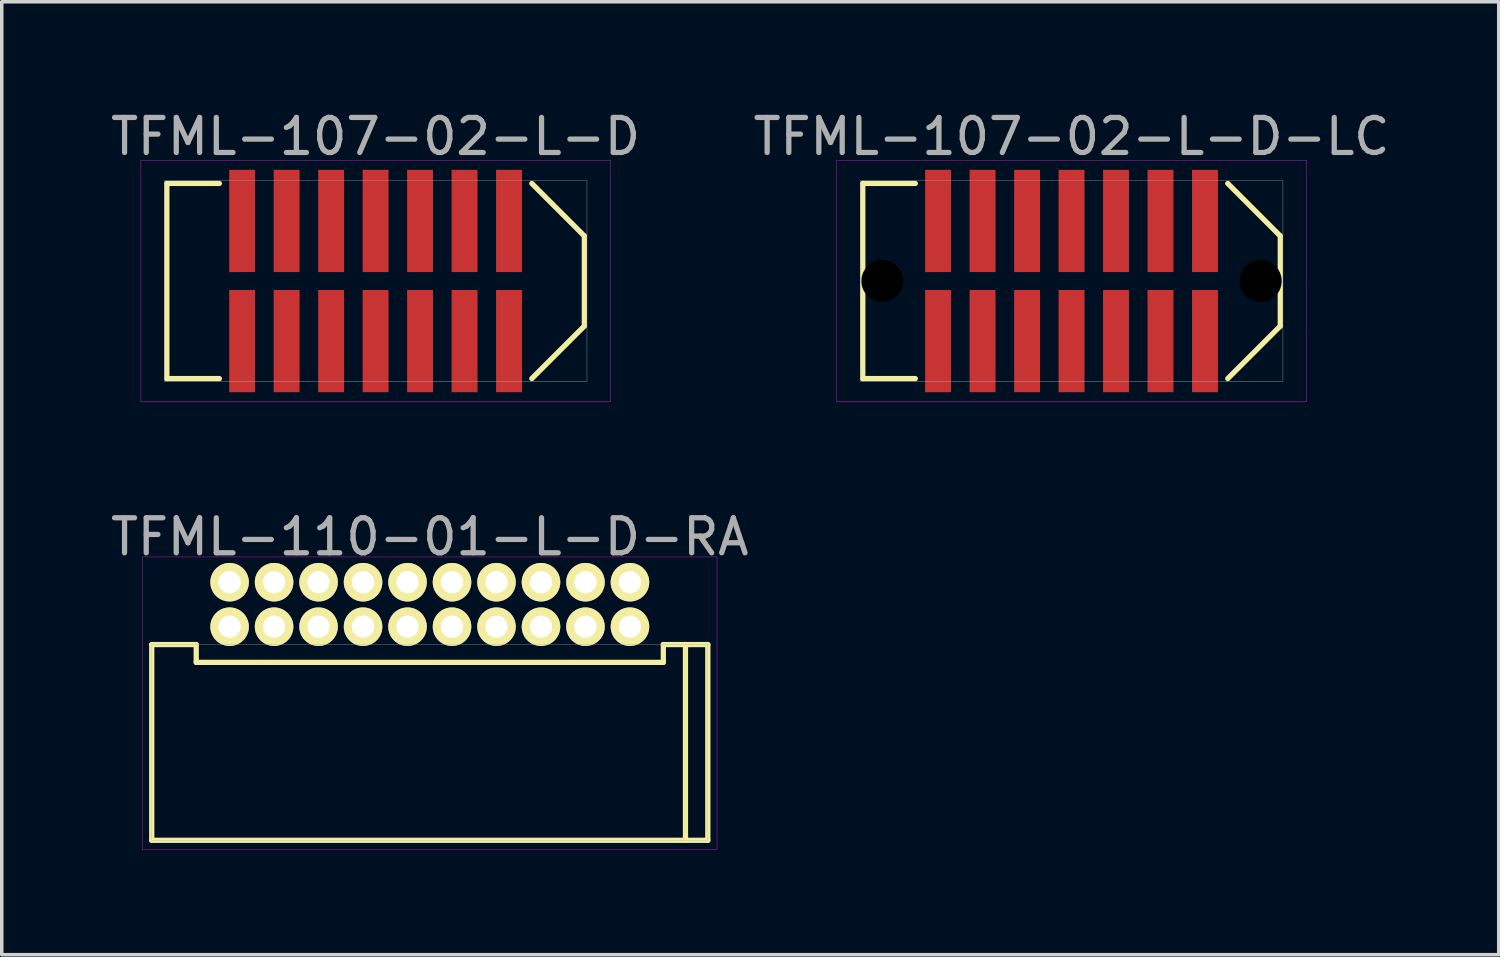
<source format=kicad_pcb>
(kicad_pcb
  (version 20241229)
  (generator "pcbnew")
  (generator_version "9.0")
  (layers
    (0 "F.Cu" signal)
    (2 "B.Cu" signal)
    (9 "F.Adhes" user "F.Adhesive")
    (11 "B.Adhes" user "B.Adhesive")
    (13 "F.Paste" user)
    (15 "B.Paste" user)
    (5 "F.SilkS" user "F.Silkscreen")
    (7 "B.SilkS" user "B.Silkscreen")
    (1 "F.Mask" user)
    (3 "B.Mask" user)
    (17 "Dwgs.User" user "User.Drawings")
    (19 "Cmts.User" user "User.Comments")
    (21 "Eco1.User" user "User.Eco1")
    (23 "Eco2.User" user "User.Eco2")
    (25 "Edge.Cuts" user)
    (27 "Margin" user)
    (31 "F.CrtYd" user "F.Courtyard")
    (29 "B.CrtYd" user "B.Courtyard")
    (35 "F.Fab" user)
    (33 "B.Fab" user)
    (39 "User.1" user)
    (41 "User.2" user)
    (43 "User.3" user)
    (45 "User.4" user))
  (footprint "TFML-107-02-L-D-LC"
    (layer "F.Cu")
    (at 27.542 4.973)
    (property "Reference" "TFML-107-02-L-D-LC" (at 0 -4.125 0) (layer "F.Fab") (effects (font (size 1 1) (thickness 0.15))))
    (attr through_hole)
    (fp_line (start -5.96 -2.785) (end -5.96 2.785) (stroke (width 0.15) (type solid)) (layer "F.SilkS"))
    (fp_line (start -5.96 2.785) (end -4.46 2.785) (stroke (width 0.15) (type solid)) (layer "F.SilkS"))
    (fp_line (start -4.46 -2.785) (end -5.96 -2.785) (stroke (width 0.15) (type solid)) (layer "F.SilkS"))
    (fp_line (start 4.46 2.785) (end 5.96 1.285) (stroke (width 0.15) (type solid)) (layer "F.SilkS"))
    (fp_line (start 5.96 -1.285) (end 4.46 -2.785) (stroke (width 0.15) (type solid)) (layer "F.SilkS"))
    (fp_line (start 5.96 1.285) (end 5.96 -1.285) (stroke (width 0.15) (type solid)) (layer "F.SilkS"))
    (fp_line (start -6.7 -3.45) (end 6.7 -3.45) (stroke (width 0.01) (type solid)) (layer "F.CrtYd"))
    (fp_line (start -6.7 3.45) (end -6.7 -3.45) (stroke (width 0.01) (type solid)) (layer "F.CrtYd"))
    (fp_line (start 6.7 -3.45) (end 6.7 3.45) (stroke (width 0.01) (type solid)) (layer "F.CrtYd"))
    (fp_line (start 6.7 3.45) (end -6.7 3.45) (stroke (width 0.01) (type solid)) (layer "F.CrtYd"))
    (fp_line (start -6.035 -2.86) (end 6.035 -2.86) (stroke (width 0.01) (type solid)) (layer "F.Fab"))
    (fp_line (start -6.035 2.86) (end -6.035 -2.86) (stroke (width 0.01) (type solid)) (layer "F.Fab"))
    (fp_line (start 6.035 -2.86) (end 6.035 2.86) (stroke (width 0.01) (type solid)) (layer "F.Fab"))
    (fp_line (start 6.035 2.86) (end -6.035 2.86) (stroke (width 0.01) (type solid)) (layer "F.Fab"))
    (pad "" np_thru_hole circle (at -5.4 0) (size 1.2 1.2) (drill 1.2) (layers "*.Mask"))
    (pad "" np_thru_hole circle (at 5.4 0) (size 1.2 1.2) (drill 1.2) (layers "*.Mask"))
    (pad "1" smd rect (at -3.81 1.715) (size 0.74 2.92) (layers "F.Cu" "F.Mask" "F.Paste"))
    (pad "2" smd rect (at -3.81 -1.715) (size 0.74 2.92) (layers "F.Cu" "F.Mask" "F.Paste"))
    (pad "3" smd rect (at -2.54 1.715) (size 0.74 2.92) (layers "F.Cu" "F.Mask" "F.Paste"))
    (pad "4" smd rect (at -2.54 -1.715) (size 0.74 2.92) (layers "F.Cu" "F.Mask" "F.Paste"))
    (pad "5" smd rect (at -1.27 1.715) (size 0.74 2.92) (layers "F.Cu" "F.Mask" "F.Paste"))
    (pad "6" smd rect (at -1.27 -1.715) (size 0.74 2.92) (layers "F.Cu" "F.Mask" "F.Paste"))
    (pad "7" smd rect (at 0 1.715) (size 0.74 2.92) (layers "F.Cu" "F.Mask" "F.Paste"))
    (pad "8" smd rect (at 0 -1.715) (size 0.74 2.92) (layers "F.Cu" "F.Mask" "F.Paste"))
    (pad "9" smd rect (at 1.27 1.715) (size 0.74 2.92) (layers "F.Cu" "F.Mask" "F.Paste"))
    (pad "10" smd rect (at 1.27 -1.715) (size 0.74 2.92) (layers "F.Cu" "F.Mask" "F.Paste"))
    (pad "11" smd rect (at 2.54 1.715) (size 0.74 2.92) (layers "F.Cu" "F.Mask" "F.Paste"))
    (pad "12" smd rect (at 2.54 -1.715) (size 0.74 2.92) (layers "F.Cu" "F.Mask" "F.Paste"))
    (pad "13" smd rect (at 3.81 1.715) (size 0.74 2.92) (layers "F.Cu" "F.Mask" "F.Paste"))
    (pad "14" smd rect (at 3.81 -1.715) (size 0.74 2.92) (layers "F.Cu" "F.Mask" "F.Paste")))
  (footprint "TFML-107-02-L-D"
    (layer "F.Cu")
    (at 7.673 4.973)
    (property "Reference" "TFML-107-02-L-D" (at 0 -4.125 0) (layer "F.Fab") (effects (font (size 1 1) (thickness 0.15))))
    (attr through_hole)
    (fp_line (start -5.96 -2.785) (end -5.96 2.785) (stroke (width 0.15) (type solid)) (layer "F.SilkS"))
    (fp_line (start -5.96 2.785) (end -4.46 2.785) (stroke (width 0.15) (type solid)) (layer "F.SilkS"))
    (fp_line (start -4.46 -2.785) (end -5.96 -2.785) (stroke (width 0.15) (type solid)) (layer "F.SilkS"))
    (fp_line (start 4.46 2.785) (end 5.96 1.285) (stroke (width 0.15) (type solid)) (layer "F.SilkS"))
    (fp_line (start 5.96 -1.285) (end 4.46 -2.785) (stroke (width 0.15) (type solid)) (layer "F.SilkS"))
    (fp_line (start 5.96 1.285) (end 5.96 -1.285) (stroke (width 0.15) (type solid)) (layer "F.SilkS"))
    (fp_line (start -6.7 -3.45) (end 6.7 -3.45) (stroke (width 0.01) (type solid)) (layer "F.CrtYd"))
    (fp_line (start -6.7 3.45) (end -6.7 -3.45) (stroke (width 0.01) (type solid)) (layer "F.CrtYd"))
    (fp_line (start 6.7 -3.45) (end 6.7 3.45) (stroke (width 0.01) (type solid)) (layer "F.CrtYd"))
    (fp_line (start 6.7 3.45) (end -6.7 3.45) (stroke (width 0.01) (type solid)) (layer "F.CrtYd"))
    (fp_line (start -6.035 -2.86) (end 6.035 -2.86) (stroke (width 0.01) (type solid)) (layer "F.Fab"))
    (fp_line (start -6.035 2.86) (end -6.035 -2.86) (stroke (width 0.01) (type solid)) (layer "F.Fab"))
    (fp_line (start 6.035 -2.86) (end 6.035 2.86) (stroke (width 0.01) (type solid)) (layer "F.Fab"))
    (fp_line (start 6.035 2.86) (end -6.035 2.86) (stroke (width 0.01) (type solid)) (layer "F.Fab"))
    (pad "1" smd rect (at -3.81 1.715) (size 0.74 2.92) (layers "F.Cu" "F.Mask" "F.Paste"))
    (pad "2" smd rect (at -3.81 -1.715) (size 0.74 2.92) (layers "F.Cu" "F.Mask" "F.Paste"))
    (pad "3" smd rect (at -2.54 1.715) (size 0.74 2.92) (layers "F.Cu" "F.Mask" "F.Paste"))
    (pad "4" smd rect (at -2.54 -1.715) (size 0.74 2.92) (layers "F.Cu" "F.Mask" "F.Paste"))
    (pad "5" smd rect (at -1.27 1.715) (size 0.74 2.92) (layers "F.Cu" "F.Mask" "F.Paste"))
    (pad "6" smd rect (at -1.27 -1.715) (size 0.74 2.92) (layers "F.Cu" "F.Mask" "F.Paste"))
    (pad "7" smd rect (at 0 1.715) (size 0.74 2.92) (layers "F.Cu" "F.Mask" "F.Paste"))
    (pad "8" smd rect (at 0 -1.715) (size 0.74 2.92) (layers "F.Cu" "F.Mask" "F.Paste"))
    (pad "9" smd rect (at 1.27 1.715) (size 0.74 2.92) (layers "F.Cu" "F.Mask" "F.Paste"))
    (pad "10" smd rect (at 1.27 -1.715) (size 0.74 2.92) (layers "F.Cu" "F.Mask" "F.Paste"))
    (pad "11" smd rect (at 2.54 1.715) (size 0.74 2.92) (layers "F.Cu" "F.Mask" "F.Paste"))
    (pad "12" smd rect (at 2.54 -1.715) (size 0.74 2.92) (layers "F.Cu" "F.Mask" "F.Paste"))
    (pad "13" smd rect (at 3.81 1.715) (size 0.74 2.92) (layers "F.Cu" "F.Mask" "F.Paste"))
    (pad "14" smd rect (at 3.81 -1.715) (size 0.74 2.92) (layers "F.Cu" "F.Mask" "F.Paste")))
  (footprint "TFML-110-01-L-D-RA"
    (layer "F.Cu")
    (at 9.22 17.001)
    (property "Reference" "TFML-110-01-L-D-RA" (at 0 -4.724 180) (layer "F.Fab") (effects (font (size 1 1) (thickness 0.15))))
    (attr through_hole)
    (fp_line (start -7.938 -1.649) (end -7.938 3.939) (stroke (width 0.15) (type solid)) (layer "F.SilkS"))
    (fp_line (start -6.668 -1.649) (end -7.938 -1.649) (stroke (width 0.15) (type solid)) (layer "F.SilkS"))
    (fp_line (start -6.668 -1.649) (end -6.668 -1.141) (stroke (width 0.15) (type solid)) (layer "F.SilkS"))
    (fp_line (start 6.668 -1.649) (end 6.668 -1.141) (stroke (width 0.15) (type solid)) (layer "F.SilkS"))
    (fp_line (start 6.668 -1.141) (end -6.668 -1.141) (stroke (width 0.15) (type solid)) (layer "F.SilkS"))
    (fp_line (start 7.3 -1.649) (end 7.3 3.939) (stroke (width 0.15) (type solid)) (layer "F.SilkS"))
    (fp_line (start 7.938 -1.649) (end 6.668 -1.649) (stroke (width 0.15) (type solid)) (layer "F.SilkS"))
    (fp_line (start 7.938 -1.649) (end 7.938 3.939) (stroke (width 0.15) (type solid)) (layer "F.SilkS"))
    (fp_line (start 7.938 3.939) (end -7.938 3.939) (stroke (width 0.15) (type solid)) (layer "F.SilkS"))
    (fp_line (start -8.2 -4.15) (end -8.2 4.2) (stroke (width 0.01) (type solid)) (layer "F.CrtYd"))
    (fp_line (start 8.2 -4.15) (end -8.2 -4.15) (stroke (width 0.01) (type solid)) (layer "F.CrtYd"))
    (fp_line (start 8.2 -4.15) (end 8.2 4.2) (stroke (width 0.01) (type solid)) (layer "F.CrtYd"))
    (fp_line (start 8.2 4.2) (end -8.2 4.2) (stroke (width 0.01) (type solid)) (layer "F.CrtYd"))
    (fp_line (start -7.938 -1.649) (end -7.938 3.939) (stroke (width 0.01) (type solid)) (layer "F.Fab"))
    (fp_line (start 7.938 -1.649) (end -7.938 -1.649) (stroke (width 0.01) (type solid)) (layer "F.Fab"))
    (fp_line (start 7.938 -1.649) (end 7.938 3.939) (stroke (width 0.01) (type solid)) (layer "F.Fab"))
    (fp_line (start 7.938 3.939) (end -7.938 3.939) (stroke (width 0.01) (type solid)) (layer "F.Fab"))
    (pad "1" thru_hole circle (at -5.715 -2.159 180) (size 1.1 1.1) (drill 0.635) (layers "*.Cu" "*.Mask" "F.SilkS"))
    (pad "2" thru_hole circle (at -5.715 -3.429 180) (size 1.1 1.1) (drill 0.635) (layers "*.Cu" "*.Mask" "F.SilkS"))
    (pad "3" thru_hole circle (at -4.445 -2.159 180) (size 1.1 1.1) (drill 0.635) (layers "*.Cu" "*.Mask" "F.SilkS"))
    (pad "4" thru_hole circle (at -4.445 -3.429 180) (size 1.1 1.1) (drill 0.635) (layers "*.Cu" "*.Mask" "F.SilkS"))
    (pad "5" thru_hole circle (at -3.175 -2.159 180) (size 1.1 1.1) (drill 0.635) (layers "*.Cu" "*.Mask" "F.SilkS"))
    (pad "6" thru_hole circle (at -3.175 -3.429 180) (size 1.1 1.1) (drill 0.635) (layers "*.Cu" "*.Mask" "F.SilkS"))
    (pad "7" thru_hole circle (at -1.905 -2.159 180) (size 1.1 1.1) (drill 0.635) (layers "*.Cu" "*.Mask" "F.SilkS"))
    (pad "8" thru_hole circle (at -1.905 -3.429 180) (size 1.1 1.1) (drill 0.635) (layers "*.Cu" "*.Mask" "F.SilkS"))
    (pad "9" thru_hole circle (at -0.635 -2.159 180) (size 1.1 1.1) (drill 0.635) (layers "*.Cu" "*.Mask" "F.SilkS"))
    (pad "10" thru_hole circle (at -0.635 -3.429 180) (size 1.1 1.1) (drill 0.635) (layers "*.Cu" "*.Mask" "F.SilkS"))
    (pad "11" thru_hole circle (at 0.635 -2.159 180) (size 1.1 1.1) (drill 0.635) (layers "*.Cu" "*.Mask" "F.SilkS"))
    (pad "12" thru_hole circle (at 0.635 -3.429 180) (size 1.1 1.1) (drill 0.635) (layers "*.Cu" "*.Mask" "F.SilkS"))
    (pad "13" thru_hole circle (at 1.905 -2.159 180) (size 1.1 1.1) (drill 0.635) (layers "*.Cu" "*.Mask" "F.SilkS"))
    (pad "14" thru_hole circle (at 1.905 -3.429 180) (size 1.1 1.1) (drill 0.635) (layers "*.Cu" "*.Mask" "F.SilkS"))
    (pad "15" thru_hole circle (at 3.175 -2.159 180) (size 1.1 1.1) (drill 0.635) (layers "*.Cu" "*.Mask" "F.SilkS"))
    (pad "16" thru_hole circle (at 3.175 -3.429 180) (size 1.1 1.1) (drill 0.635) (layers "*.Cu" "*.Mask" "F.SilkS"))
    (pad "17" thru_hole circle (at 4.445 -2.159 180) (size 1.1 1.1) (drill 0.635) (layers "*.Cu" "*.Mask" "F.SilkS"))
    (pad "18" thru_hole circle (at 4.445 -3.429 180) (size 1.1 1.1) (drill 0.635) (layers "*.Cu" "*.Mask" "F.SilkS"))
    (pad "19" thru_hole circle (at 5.715 -2.159 180) (size 1.1 1.1) (drill 0.635) (layers "*.Cu" "*.Mask" "F.SilkS"))
    (pad "20" thru_hole circle (at 5.715 -3.429 180) (size 1.1 1.1) (drill 0.635) (layers "*.Cu" "*.Mask" "F.SilkS")))
  (gr_rect
    (start -3 -3)
    (end 39.738 24.206)
    (stroke (width 0.1) (type default))
    (fill no)
    (layer "Edge.Cuts")))
</source>
